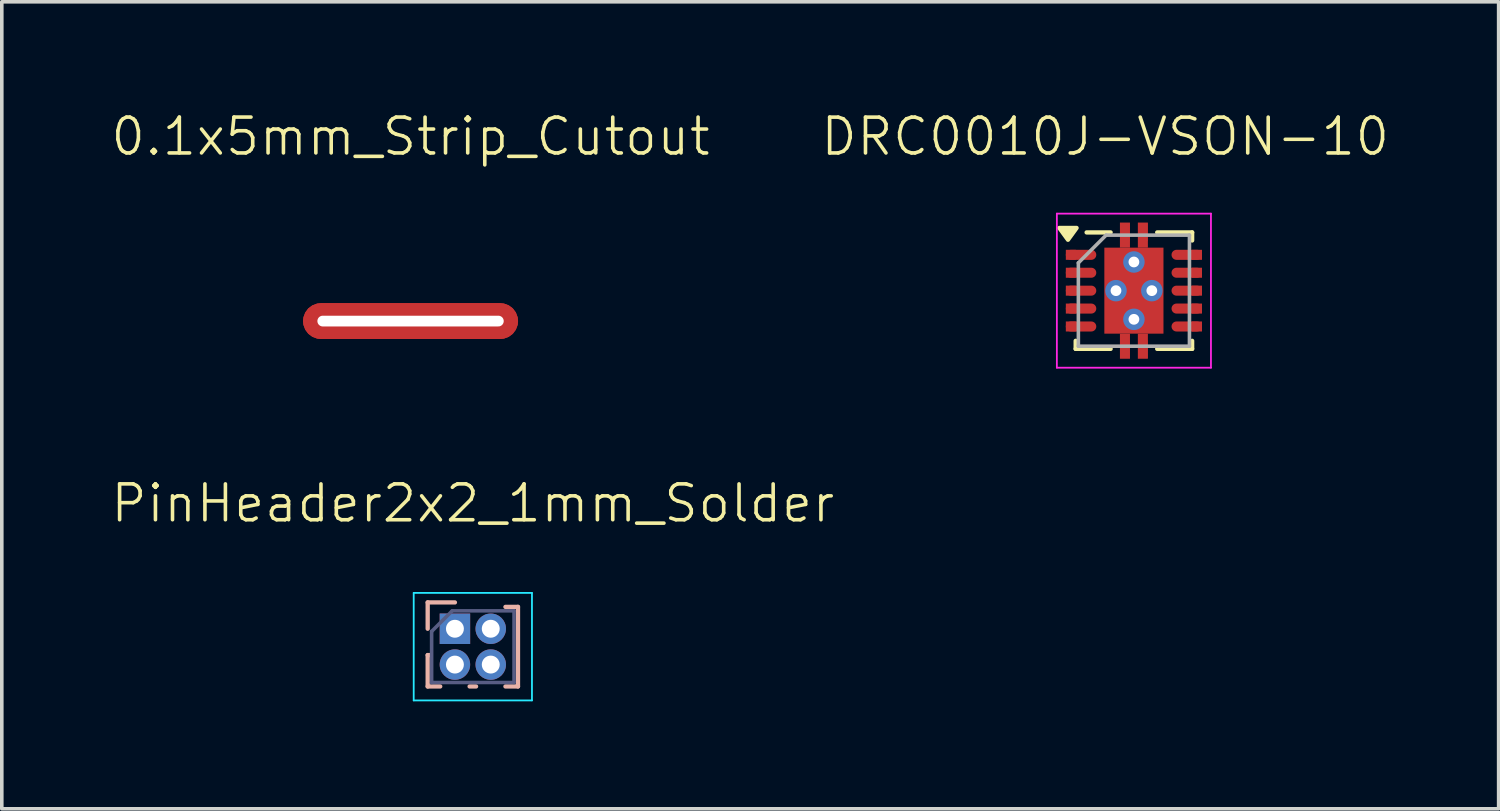
<source format=kicad_pcb>
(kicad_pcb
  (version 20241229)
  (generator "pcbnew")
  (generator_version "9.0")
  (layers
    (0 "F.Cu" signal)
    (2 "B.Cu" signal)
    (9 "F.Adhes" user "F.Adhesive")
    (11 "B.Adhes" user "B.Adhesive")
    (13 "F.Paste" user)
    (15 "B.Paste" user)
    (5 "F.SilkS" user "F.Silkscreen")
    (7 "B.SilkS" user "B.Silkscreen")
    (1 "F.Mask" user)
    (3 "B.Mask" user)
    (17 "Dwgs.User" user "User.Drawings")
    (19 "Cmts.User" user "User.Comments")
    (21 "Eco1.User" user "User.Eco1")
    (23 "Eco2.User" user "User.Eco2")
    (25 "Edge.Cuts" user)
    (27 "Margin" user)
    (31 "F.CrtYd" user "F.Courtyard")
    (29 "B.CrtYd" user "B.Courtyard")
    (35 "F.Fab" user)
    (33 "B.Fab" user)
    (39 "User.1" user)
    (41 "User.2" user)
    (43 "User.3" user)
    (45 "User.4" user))
  (footprint "0.1x5mm_Strip_Cutout"
    (layer "F.Cu")
    (at 8.407 5.91)
    (property "Reference" "0.1x5mm_Strip_Cutout" (at 0 -5.15 0) (unlocked yes) (layer "F.SilkS") (effects (font (size 1 1) (thickness 0.1))))
    (attr smd)
    (pad "1" thru_hole roundrect (at 0 0) (size 6 1) (drill oval 5.2 0.3) (layers "*.Cu" "*.Mask") (remove_unused_layers yes) (zone_layer_connections) (roundrect_rratio 0.5))
    (pad "1" smd roundrect (at 0 0) (size 6 1) (layers "F.Cu" "F.Mask" "F.Paste") (roundrect_rratio 0.5)))
  (footprint "PinHeader2x2_1mm_Solder"
    (layer "F.Cu")
    (at 10.145 14.996)
    (property "Reference" "PinHeader2x2_1mm_Solder" (at 0 -4 0) (unlocked yes) (layer "F.SilkS") (effects (font (size 1 1) (thickness 0.1))))
    (attr smd)
    (fp_line (start -1.26 -1.235) (end -0.5 -1.235) (stroke (width 0.12) (type solid)) (layer "B.SilkS"))
    (fp_line (start -1.26 -0.5) (end -1.26 -1.235) (stroke (width 0.12) (type solid)) (layer "B.SilkS"))
    (fp_line (start -1.26 0.235) (end -1.26 1.11) (stroke (width 0.12) (type solid)) (layer "B.SilkS"))
    (fp_line (start -1.26 0.235) (end -1.186 0.235) (stroke (width 0.12) (type solid)) (layer "B.SilkS"))
    (fp_line (start -1.26 1.11) (end -0.91 1.11) (stroke (width 0.12) (type solid)) (layer "B.SilkS"))
    (fp_line (start -0.09 1.11) (end 0.09 1.11) (stroke (width 0.12) (type solid)) (layer "B.SilkS"))
    (fp_line (start 0.91 -1.11) (end 1.26 -1.11) (stroke (width 0.12) (type solid)) (layer "B.SilkS"))
    (fp_line (start 0.91 1.11) (end 1.26 1.11) (stroke (width 0.12) (type solid)) (layer "B.SilkS"))
    (fp_line (start 1.26 -1.11) (end 1.26 1.11) (stroke (width 0.12) (type solid)) (layer "B.SilkS"))
    (fp_line (start -1.65 -1.5) (end -1.65 1.5) (stroke (width 0.05) (type solid)) (layer "B.CrtYd"))
    (fp_line (start -1.65 1.5) (end 1.65 1.5) (stroke (width 0.05) (type solid)) (layer "B.CrtYd"))
    (fp_line (start 1.65 -1.5) (end -1.65 -1.5) (stroke (width 0.05) (type solid)) (layer "B.CrtYd"))
    (fp_line (start 1.65 1.5) (end 1.65 -1.5) (stroke (width 0.05) (type solid)) (layer "B.CrtYd"))
    (fp_line (start -1.15 -0.425) (end -0.575 -1) (stroke (width 0.1) (type solid)) (layer "B.Fab"))
    (fp_line (start -1.15 1) (end -1.15 -0.425) (stroke (width 0.1) (type solid)) (layer "B.Fab"))
    (fp_line (start -0.575 -1) (end 1.15 -1) (stroke (width 0.1) (type solid)) (layer "B.Fab"))
    (fp_line (start 1.15 -1) (end 1.15 1) (stroke (width 0.1) (type solid)) (layer "B.Fab"))
    (fp_line (start 1.15 1) (end -1.15 1) (stroke (width 0.1) (type solid)) (layer "B.Fab"))
    (pad "1" thru_hole rect (at -0.5 -0.5) (size 0.85 0.85) (drill 0.5) (layers "*.Cu" "*.Mask"))
    (pad "2" thru_hole circle (at 0.5 -0.5) (size 0.85 0.85) (drill 0.5) (layers "*.Cu" "*.Mask"))
    (pad "3" thru_hole circle (at -0.5 0.5) (size 0.85 0.85) (drill 0.5) (layers "*.Cu" "*.Mask"))
    (pad "4" thru_hole circle (at 0.5 0.5) (size 0.85 0.85) (drill 0.5) (layers "*.Cu" "*.Mask")))
  (footprint "DRC0010J-VSON-10"
    (layer "F.Cu")
    (at 28.593 5.061)
    (property "Reference" "DRC0010J-VSON-10" (at -0.8 -4.3 0) (unlocked yes) (layer "F.SilkS") (effects (font (size 1 1) (thickness 0.1))))
    (attr smd)
    (fp_line (start -1.625 1.625) (end -1.625 1.4) (stroke (width 0.12) (type solid)) (layer "F.SilkS"))
    (fp_line (start -1.625 1.625) (end -0.65 1.625) (stroke (width 0.12) (type solid)) (layer "F.SilkS"))
    (fp_line (start -1.32 -1.625) (end -0.65 -1.625) (stroke (width 0.12) (type solid)) (layer "F.SilkS"))
    (fp_line (start 0.65 -1.625) (end 1.625 -1.625) (stroke (width 0.12) (type solid)) (layer "F.SilkS"))
    (fp_line (start 0.65 1.625) (end 1.625 1.625) (stroke (width 0.12) (type solid)) (layer "F.SilkS"))
    (fp_line (start 1.625 -1.4) (end 1.625 -1.625) (stroke (width 0.12) (type solid)) (layer "F.SilkS"))
    (fp_line (start 1.625 1.4) (end 1.625 1.625) (stroke (width 0.12) (type solid)) (layer "F.SilkS"))
    (fp_poly (pts (xy -1.84 -1.42) (xy -2.08 -1.75) (xy -1.6 -1.75) (xy -1.84 -1.42)) (stroke (width 0.12) (type solid)) (fill yes) (layer "F.SilkS"))
    (fp_line (start -2.15 -2.15) (end -2.15 2.15) (stroke (width 0.05) (type solid)) (layer "F.CrtYd"))
    (fp_line (start -2.15 -2.15) (end 2.15 -2.15) (stroke (width 0.05) (type solid)) (layer "F.CrtYd"))
    (fp_line (start -2.15 2.15) (end 2.15 2.15) (stroke (width 0.05) (type solid)) (layer "F.CrtYd"))
    (fp_line (start 2.15 -2.15) (end 2.15 2.15) (stroke (width 0.05) (type solid)) (layer "F.CrtYd"))
    (fp_line (start -1.55 1.55) (end -1.55 -0.775) (stroke (width 0.1) (type solid)) (layer "F.Fab"))
    (fp_line (start -0.775 -1.55) (end -1.55 -0.775) (stroke (width 0.1) (type solid)) (layer "F.Fab"))
    (fp_line (start -0.775 -1.55) (end 1.55 -1.55) (stroke (width 0.1) (type solid)) (layer "F.Fab"))
    (fp_line (start 1.55 -1.55) (end 1.55 1.55) (stroke (width 0.1) (type solid)) (layer "F.Fab"))
    (fp_line (start 1.55 1.55) (end -1.55 1.55) (stroke (width 0.1) (type solid)) (layer "F.Fab"))
    (pad "1" smd rect (at -1.76 -1) (size 0.28 0.28) (layers "F.Cu" "F.Mask" "F.Paste"))
    (pad "1" smd oval (at -1.475 -1) (size 0.85 0.28) (layers "F.Cu" "F.Mask" "F.Paste"))
    (pad "2" smd rect (at -1.76 -0.5) (size 0.28 0.28) (layers "F.Cu" "F.Mask" "F.Paste"))
    (pad "2" smd oval (at -1.475 -0.5) (size 0.85 0.28) (layers "F.Cu" "F.Mask" "F.Paste"))
    (pad "3" smd rect (at -1.76 0) (size 0.28 0.28) (layers "F.Cu" "F.Mask" "F.Paste"))
    (pad "3" smd oval (at -1.475 0) (size 0.85 0.28) (layers "F.Cu" "F.Mask" "F.Paste"))
    (pad "4" smd rect (at -1.76 0.5) (size 0.28 0.28) (layers "F.Cu" "F.Mask" "F.Paste"))
    (pad "4" smd oval (at -1.475 0.5) (size 0.85 0.28) (layers "F.Cu" "F.Mask" "F.Paste"))
    (pad "5" smd rect (at -1.76 1) (size 0.28 0.28) (layers "F.Cu" "F.Mask" "F.Paste"))
    (pad "5" smd oval (at -1.475 1) (size 0.85 0.28) (layers "F.Cu" "F.Mask" "F.Paste"))
    (pad "6" smd oval (at 1.475 1) (size 0.85 0.28) (layers "F.Cu" "F.Mask" "F.Paste"))
    (pad "6" smd rect (at 1.76 1) (size 0.28 0.28) (layers "F.Cu" "F.Mask" "F.Paste"))
    (pad "7" smd oval (at 1.475 0.5) (size 0.85 0.28) (layers "F.Cu" "F.Mask" "F.Paste"))
    (pad "7" smd rect (at 1.76 0.5) (size 0.28 0.28) (layers "F.Cu" "F.Mask" "F.Paste"))
    (pad "8" smd oval (at 1.475 0) (size 0.85 0.28) (layers "F.Cu" "F.Mask" "F.Paste"))
    (pad "8" smd rect (at 1.76 0) (size 0.28 0.28) (layers "F.Cu" "F.Mask" "F.Paste"))
    (pad "9" smd oval (at 1.475 -0.5) (size 0.85 0.28) (layers "F.Cu" "F.Mask" "F.Paste"))
    (pad "9" smd rect (at 1.76 -0.5) (size 0.28 0.28) (layers "F.Cu" "F.Mask" "F.Paste"))
    (pad "10" smd oval (at 1.475 -1) (size 0.85 0.28) (layers "F.Cu" "F.Mask" "F.Paste"))
    (pad "10" smd rect (at 1.76 -1) (size 0.28 0.28) (layers "F.Cu" "F.Mask" "F.Paste"))
    (pad "11" thru_hole circle (at -0.5 0) (size 0.6 0.6) (drill 0.3) (layers "*.Cu"))
    (pad "11" smd rect (at -0.45 -0.635) (size 0.68 1.05) (layers "F.Cu" "F.Mask" "F.Paste"))
    (pad "11" smd rect (at -0.45 0.635) (size 0.68 1.05) (layers "F.Cu" "F.Mask" "F.Paste"))
    (pad "11" smd rect (at -0.25 -1.63) (size 0.26 0.5) (layers "F.Cu" "F.Mask" "F.Paste"))
    (pad "11" smd rect (at -0.25 -1.55) (size 0.28 0.7) (layers "F.Cu" "F.Mask"))
    (pad "11" smd rect (at -0.25 1.55) (size 0.28 0.7) (layers "F.Cu" "F.Mask"))
    (pad "11" smd rect (at -0.25 1.63) (size 0.26 0.5) (layers "F.Cu" "F.Mask" "F.Paste"))
    (pad "11" thru_hole circle (at 0 -0.8) (size 0.6 0.6) (drill 0.3) (layers "*.Cu"))
    (pad "11" smd rect (at 0 0) (size 1.65 2.4) (layers "F.Cu" "F.Mask"))
    (pad "11" thru_hole circle (at 0 0.8) (size 0.6 0.6) (drill 0.3) (layers "*.Cu"))
    (pad "11" smd rect (at 0.25 -1.63) (size 0.26 0.5) (layers "F.Cu" "F.Mask" "F.Paste"))
    (pad "11" smd rect (at 0.25 -1.55) (size 0.28 0.7) (layers "F.Cu" "F.Mask"))
    (pad "11" smd rect (at 0.25 1.55) (size 0.28 0.7) (layers "F.Cu" "F.Mask"))
    (pad "11" smd rect (at 0.25 1.63) (size 0.26 0.5) (layers "F.Cu" "F.Mask" "F.Paste"))
    (pad "11" smd rect (at 0.45 -0.635) (size 0.68 1.05) (layers "F.Cu" "F.Mask" "F.Paste"))
    (pad "11" smd rect (at 0.45 0.635) (size 0.68 1.05) (layers "F.Cu" "F.Mask" "F.Paste"))
    (pad "11" thru_hole circle (at 0.5 0) (size 0.6 0.6) (drill 0.3) (layers "*.Cu")))
  (gr_rect
    (start -3 -3)
    (end 38.771 19.521)
    (stroke (width 0.1) (type default))
    (fill no)
    (layer "Edge.Cuts")))
</source>
